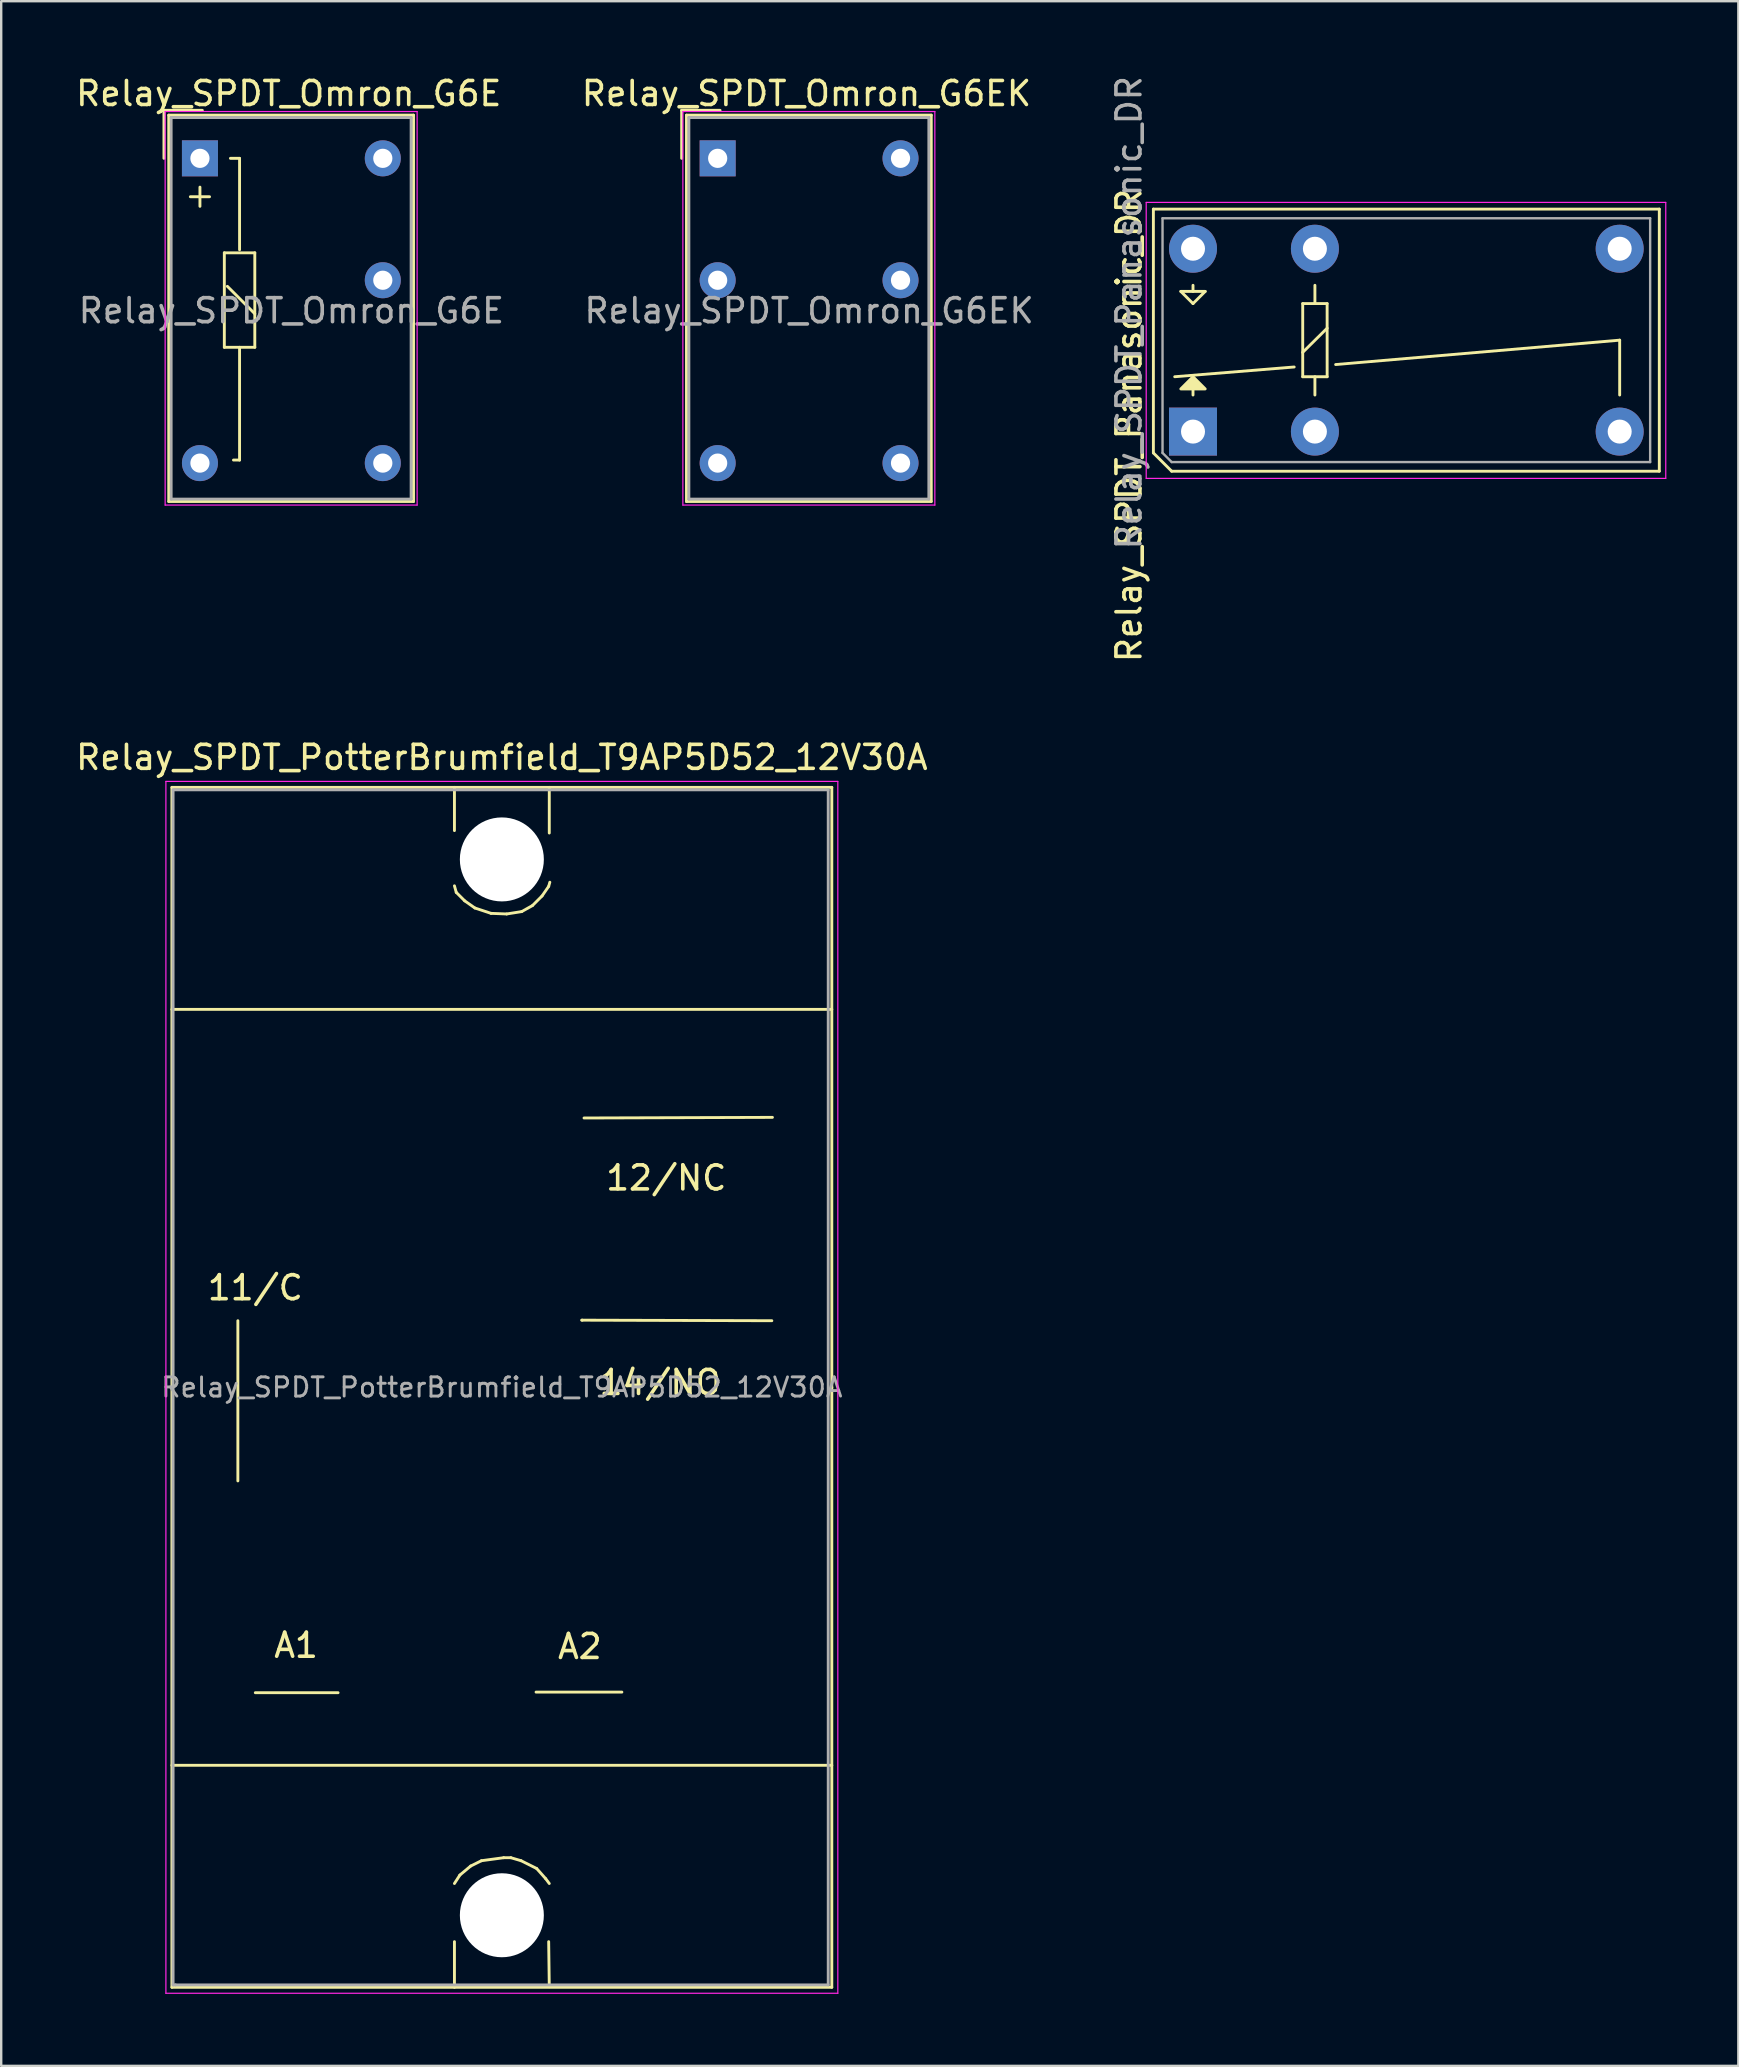
<source format=kicad_pcb>
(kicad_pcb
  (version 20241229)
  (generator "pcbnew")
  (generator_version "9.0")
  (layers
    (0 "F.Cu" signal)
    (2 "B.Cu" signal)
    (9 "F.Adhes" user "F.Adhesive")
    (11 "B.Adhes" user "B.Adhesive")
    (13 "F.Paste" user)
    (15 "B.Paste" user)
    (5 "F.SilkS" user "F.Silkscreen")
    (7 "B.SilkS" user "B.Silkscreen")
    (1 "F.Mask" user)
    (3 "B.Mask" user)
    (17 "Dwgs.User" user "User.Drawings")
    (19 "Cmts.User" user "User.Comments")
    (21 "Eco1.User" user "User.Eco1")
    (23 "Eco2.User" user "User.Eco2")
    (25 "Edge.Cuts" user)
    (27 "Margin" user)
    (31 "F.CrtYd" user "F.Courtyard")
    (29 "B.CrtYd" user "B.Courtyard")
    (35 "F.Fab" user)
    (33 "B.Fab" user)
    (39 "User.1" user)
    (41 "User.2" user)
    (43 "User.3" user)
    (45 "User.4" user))
  (footprint "Relay_SPDT_Omron_G6EK"
    (layer "F.Cu")
    (at 26.856 3.548)
    (property "Reference" "Relay_SPDT_Omron_G6EK" (at 3.7 -2.7 180) (layer "F.SilkS") (effects (font (size 1 1) (thickness 0.15))))
    (attr through_hole)
    (fp_line (start -1.5 -2) (end 0.1 -2) (stroke (width 0.12) (type solid)) (layer "F.SilkS"))
    (fp_line (start -1.5 0) (end -1.5 -2) (stroke (width 0.12) (type solid)) (layer "F.SilkS"))
    (fp_line (start -1.3 -1.8) (end 8.9 -1.8) (stroke (width 0.12) (type solid)) (layer "F.SilkS"))
    (fp_line (start -1.3 14.3) (end -1.3 -1.8) (stroke (width 0.12) (type solid)) (layer "F.SilkS"))
    (fp_line (start 8.9 -1.8) (end 8.9 14.3) (stroke (width 0.12) (type solid)) (layer "F.SilkS"))
    (fp_line (start 8.9 14.3) (end -1.3 14.3) (stroke (width 0.12) (type solid)) (layer "F.SilkS"))
    (fp_line (start -1.45 14.45) (end -1.45 -1.95) (stroke (width 0.05) (type solid)) (layer "F.CrtYd"))
    (fp_line (start -1.45 14.45) (end 9.05 14.45) (stroke (width 0.05) (type solid)) (layer "F.CrtYd"))
    (fp_line (start 9.05 -1.95) (end -1.45 -1.95) (stroke (width 0.05) (type solid)) (layer "F.CrtYd"))
    (fp_line (start 9.05 -1.95) (end 9.05 14.45) (stroke (width 0.05) (type solid)) (layer "F.CrtYd"))
    (fp_line (start -1.2 -1.7) (end -1.2 14.2) (stroke (width 0.12) (type solid)) (layer "F.Fab"))
    (fp_line (start -1.2 14.2) (end 8.8 14.2) (stroke (width 0.12) (type solid)) (layer "F.Fab"))
    (fp_line (start 8.8 -1.7) (end -1.2 -1.7) (stroke (width 0.12) (type solid)) (layer "F.Fab"))
    (fp_line (start 8.8 14.2) (end 8.8 -1.7) (stroke (width 0.12) (type solid)) (layer "F.Fab"))
    (fp_text user "${REFERENCE}" (at 3.81 6.35 0) (layer "F.Fab") (effects (font (size 1 1) (thickness 0.15))))
    (pad "1" thru_hole rect (at 0 0 270) (size 1.501 1.501) (drill 0.8) (layers "*.Cu" "*.Mask"))
    (pad "3" thru_hole circle (at 0 5.08 270) (size 1.501 1.501) (drill 0.8) (layers "*.Cu" "*.Mask"))
    (pad "6" thru_hole circle (at 0 12.7 270) (size 1.501 1.501) (drill 0.8) (layers "*.Cu" "*.Mask"))
    (pad "7" thru_hole circle (at 7.62 12.7 270) (size 1.501 1.501) (drill 0.8) (layers "*.Cu" "*.Mask"))
    (pad "10" thru_hole circle (at 7.62 5.08 270) (size 1.501 1.501) (drill 0.8) (layers "*.Cu" "*.Mask"))
    (pad "12" thru_hole circle (at 7.62 0 270) (size 1.501 1.501) (drill 0.8) (layers "*.Cu" "*.Mask")))
  (footprint "Relay_SPDT_Panasonic_DR"
    (layer "F.Cu")
    (at 46.664 14.935)
    (property "Reference" "Relay_SPDT_Panasonic_DR" (at -2.667 -0.254 90) (unlocked yes) (layer "F.SilkS") (effects (font (size 1 1) (thickness 0.15))))
    (attr through_hole)
    (fp_line (start -1.651 -9.271) (end 19.431 -9.271) (stroke (width 0.12) (type solid)) (layer "F.SilkS"))
    (fp_line (start -1.651 0.889) (end -1.651 -9.271) (stroke (width 0.12) (type solid)) (layer "F.SilkS"))
    (fp_line (start -0.889 1.651) (end -1.651 0.889) (stroke (width 0.12) (type solid)) (layer "F.SilkS"))
    (fp_line (start -0.889 1.651) (end 19.431 1.651) (stroke (width 0.12) (type solid)) (layer "F.SilkS"))
    (fp_line (start -0.762 -2.286) (end 4.216 -2.692) (stroke (width 0.12) (type solid)) (layer "F.SilkS"))
    (fp_line (start -0.508 -5.842) (end 0.508 -5.842) (stroke (width 0.12) (type solid)) (layer "F.SilkS"))
    (fp_line (start 0 -5.842) (end 0 -6.096) (stroke (width 0.12) (type solid)) (layer "F.SilkS"))
    (fp_line (start 0 -5.334) (end -0.508 -5.842) (stroke (width 0.12) (type solid)) (layer "F.SilkS"))
    (fp_line (start 0 -1.524) (end 0 -1.778) (stroke (width 0.12) (type solid)) (layer "F.SilkS"))
    (fp_line (start 0.508 -5.842) (end 0 -5.334) (stroke (width 0.12) (type solid)) (layer "F.SilkS"))
    (fp_line (start 4.57 -3.3) (end 5.59 -4.31) (stroke (width 0.12) (type solid)) (layer "F.SilkS"))
    (fp_line (start 4.572 -5.334) (end 5.589 -5.334) (stroke (width 0.12) (type solid)) (layer "F.SilkS"))
    (fp_line (start 4.572 -2.286) (end 4.572 -5.334) (stroke (width 0.12) (type solid)) (layer "F.SilkS"))
    (fp_line (start 5.08 -5.334) (end 5.08 -6.096) (stroke (width 0.12) (type solid)) (layer "F.SilkS"))
    (fp_line (start 5.08 -2.286) (end 5.08 -1.524) (stroke (width 0.12) (type solid)) (layer "F.SilkS"))
    (fp_line (start 5.589 -5.334) (end 5.59 -2.286) (stroke (width 0.12) (type solid)) (layer "F.SilkS"))
    (fp_line (start 5.59 -2.286) (end 4.572 -2.286) (stroke (width 0.12) (type solid)) (layer "F.SilkS"))
    (fp_line (start 5.944 -2.794) (end 17.78 -3.81) (stroke (width 0.12) (type solid)) (layer "F.SilkS"))
    (fp_line (start 17.78 -1.524) (end 17.78 -3.81) (stroke (width 0.12) (type solid)) (layer "F.SilkS"))
    (fp_line (start 19.431 1.651) (end 19.431 -9.271) (stroke (width 0.12) (type solid)) (layer "F.SilkS"))
    (fp_poly (pts (xy 0.508 -1.778) (xy -0.508 -1.778) (xy 0 -2.286)) (stroke (width 0.12) (type solid)) (fill yes) (layer "F.SilkS"))
    (fp_line (start -1.95 -9.55) (end 19.7 -9.55) (stroke (width 0.05) (type solid)) (layer "F.CrtYd"))
    (fp_line (start -1.95 1.95) (end -1.95 -9.55) (stroke (width 0.05) (type solid)) (layer "F.CrtYd"))
    (fp_line (start 19.7 -9.55) (end 19.7 1.95) (stroke (width 0.05) (type solid)) (layer "F.CrtYd"))
    (fp_line (start 19.7 1.95) (end -1.95 1.95) (stroke (width 0.05) (type solid)) (layer "F.CrtYd"))
    (fp_line (start -1.27 -8.89) (end 19.05 -8.89) (stroke (width 0.1) (type solid)) (layer "F.Fab"))
    (fp_line (start -1.27 0.889) (end -1.27 -8.89) (stroke (width 0.1) (type solid)) (layer "F.Fab"))
    (fp_line (start -0.889 1.27) (end -1.27 0.889) (stroke (width 0.1) (type solid)) (layer "F.Fab"))
    (fp_line (start 19.05 -8.89) (end 19.05 1.27) (stroke (width 0.1) (type solid)) (layer "F.Fab"))
    (fp_line (start 19.05 1.27) (end -0.889 1.27) (stroke (width 0.1) (type solid)) (layer "F.Fab"))
    (fp_text user "${REFERENCE}" (at -2.667 -4.953 90) (unlocked yes) (layer "F.Fab") (effects (font (size 1 1) (thickness 0.15))))
    (pad "1" thru_hole rect (at 0 0 180) (size 2 2) (drill 1) (layers "*.Cu" "*.Mask"))
    (pad "3" thru_hole circle (at 5.08 0 180) (size 2 2) (drill 1) (layers "*.Cu" "*.Mask"))
    (pad "8" thru_hole circle (at 17.78 0 180) (size 2 2) (drill 1) (layers "*.Cu" "*.Mask"))
    (pad "9" thru_hole circle (at 17.78 -7.62 180) (size 2 2) (drill 1) (layers "*.Cu" "*.Mask"))
    (pad "14" thru_hole circle (at 5.08 -7.62 180) (size 2 2) (drill 1) (layers "*.Cu" "*.Mask"))
    (pad "16" thru_hole circle (at 0 -7.62 180) (size 2 2) (drill 1) (layers "*.Cu" "*.Mask")))
  (footprint "Relay_SPDT_Omron_G6E"
    (layer "F.Cu")
    (at 5.282 3.548)
    (property "Reference" "Relay_SPDT_Omron_G6E" (at 3.7 -2.7 180) (layer "F.SilkS") (effects (font (size 1 1) (thickness 0.15))))
    (attr through_hole)
    (fp_line (start -1.5 -2) (end 0.1 -2) (stroke (width 0.12) (type solid)) (layer "F.SilkS"))
    (fp_line (start -1.5 0) (end -1.5 -2) (stroke (width 0.12) (type solid)) (layer "F.SilkS"))
    (fp_line (start -1.3 -1.8) (end 8.9 -1.8) (stroke (width 0.12) (type solid)) (layer "F.SilkS"))
    (fp_line (start -1.3 14.3) (end -1.3 -1.8) (stroke (width 0.12) (type solid)) (layer "F.SilkS"))
    (fp_line (start 0 1.2) (end 0 2) (stroke (width 0.12) (type solid)) (layer "F.SilkS"))
    (fp_line (start 0.4 1.6) (end -0.4 1.6) (stroke (width 0.12) (type solid)) (layer "F.SilkS"))
    (fp_line (start 1.016 3.937) (end 2.286 3.937) (stroke (width 0.12) (type solid)) (layer "F.SilkS"))
    (fp_line (start 1.016 7.874) (end 1.016 3.937) (stroke (width 0.12) (type solid)) (layer "F.SilkS"))
    (fp_line (start 1.143 5.334) (end 2.286 6.477) (stroke (width 0.12) (type solid)) (layer "F.SilkS"))
    (fp_line (start 1.651 0) (end 1.27 0) (stroke (width 0.12) (type solid)) (layer "F.SilkS"))
    (fp_line (start 1.651 3.81) (end 1.651 0) (stroke (width 0.12) (type solid)) (layer "F.SilkS"))
    (fp_line (start 1.651 7.874) (end 1.651 12.573) (stroke (width 0.12) (type solid)) (layer "F.SilkS"))
    (fp_line (start 1.651 12.573) (end 1.397 12.573) (stroke (width 0.12) (type solid)) (layer "F.SilkS"))
    (fp_line (start 2.286 3.937) (end 2.286 7.874) (stroke (width 0.12) (type solid)) (layer "F.SilkS"))
    (fp_line (start 2.286 7.874) (end 1.016 7.874) (stroke (width 0.12) (type solid)) (layer "F.SilkS"))
    (fp_line (start 8.9 -1.8) (end 8.9 14.3) (stroke (width 0.12) (type solid)) (layer "F.SilkS"))
    (fp_line (start 8.9 14.3) (end -1.3 14.3) (stroke (width 0.12) (type solid)) (layer "F.SilkS"))
    (fp_line (start -1.45 14.45) (end -1.45 -1.95) (stroke (width 0.05) (type solid)) (layer "F.CrtYd"))
    (fp_line (start -1.45 14.45) (end 9.05 14.45) (stroke (width 0.05) (type solid)) (layer "F.CrtYd"))
    (fp_line (start 9.05 -1.95) (end -1.45 -1.95) (stroke (width 0.05) (type solid)) (layer "F.CrtYd"))
    (fp_line (start 9.05 -1.95) (end 9.05 14.45) (stroke (width 0.05) (type solid)) (layer "F.CrtYd"))
    (fp_line (start -1.2 -1.7) (end -1.2 14.2) (stroke (width 0.12) (type solid)) (layer "F.Fab"))
    (fp_line (start -1.2 14.2) (end 8.8 14.2) (stroke (width 0.12) (type solid)) (layer "F.Fab"))
    (fp_line (start 8.8 -1.7) (end -1.2 -1.7) (stroke (width 0.12) (type solid)) (layer "F.Fab"))
    (fp_line (start 8.8 14.2) (end 8.8 -1.7) (stroke (width 0.12) (type solid)) (layer "F.Fab"))
    (fp_text user "${REFERENCE}" (at 3.81 6.35 0) (layer "F.Fab") (effects (font (size 1 1) (thickness 0.15))))
    (pad "1" thru_hole rect (at 0 0 270) (size 1.501 1.501) (drill 0.8) (layers "*.Cu" "*.Mask"))
    (pad "6" thru_hole circle (at 0 12.7 270) (size 1.501 1.501) (drill 0.8) (layers "*.Cu" "*.Mask"))
    (pad "7" thru_hole circle (at 7.62 12.7 270) (size 1.501 1.501) (drill 0.8) (layers "*.Cu" "*.Mask"))
    (pad "10" thru_hole circle (at 7.62 5.08 270) (size 1.501 1.501) (drill 0.8) (layers "*.Cu" "*.Mask"))
    (pad "12" thru_hole circle (at 7.62 0 270) (size 1.501 1.501) (drill 0.8) (layers "*.Cu" "*.Mask")))
  (footprint "Relay_SPDT_PotterBrumfield_T9AP5D52_12V30A"
    (layer "F.Cu")
    (at 17.863 32.763)
    (property "Reference" "Relay_SPDT_PotterBrumfield_T9AP5D52_12V30A" (at 0 -4.251 0) (layer "F.SilkS") (effects (font (size 1 1) (thickness 0.15))))
    (attr through_hole)
    (fp_line (start -13.749 -3.002) (end -13.749 47) (stroke (width 0.12) (type solid)) (layer "F.SilkS"))
    (fp_line (start -13.749 6.248) (end 13.749 6.248) (stroke (width 0.12) (type solid)) (layer "F.SilkS"))
    (fp_line (start -13.749 47) (end 13.749 47) (stroke (width 0.12) (type solid)) (layer "F.SilkS"))
    (fp_line (start -11.001 19.223) (end -11.001 25.898) (stroke (width 0.12) (type solid)) (layer "F.SilkS"))
    (fp_line (start -6.825 34.724) (end -10.274 34.724) (stroke (width 0.12) (type solid)) (layer "F.SilkS"))
    (fp_line (start -1.976 -1.201) (end -1.976 -3.002) (stroke (width 0.12) (type solid)) (layer "F.SilkS"))
    (fp_line (start -1.976 1.1) (end -1.9 1.374) (stroke (width 0.12) (type solid)) (layer "F.SilkS"))
    (fp_line (start -1.976 45.098) (end -1.976 47) (stroke (width 0.12) (type solid)) (layer "F.SilkS"))
    (fp_line (start -1.9 1.374) (end -1.549 1.725) (stroke (width 0.12) (type solid)) (layer "F.SilkS"))
    (fp_line (start -1.75 42.324) (end -1.976 42.675) (stroke (width 0.12) (type solid)) (layer "F.SilkS"))
    (fp_line (start -1.549 1.725) (end -1.125 2.024) (stroke (width 0.12) (type solid)) (layer "F.SilkS"))
    (fp_line (start -1.3 41.948) (end -1.75 42.324) (stroke (width 0.12) (type solid)) (layer "F.SilkS"))
    (fp_line (start -1.125 2.024) (end -0.45 2.248) (stroke (width 0.12) (type solid)) (layer "F.SilkS"))
    (fp_line (start -0.851 41.725) (end -1.3 41.948) (stroke (width 0.12) (type solid)) (layer "F.SilkS"))
    (fp_line (start -0.45 2.248) (end 0.201 2.273) (stroke (width 0.12) (type solid)) (layer "F.SilkS"))
    (fp_line (start 0.076 41.6) (end -0.851 41.725) (stroke (width 0.12) (type solid)) (layer "F.SilkS"))
    (fp_line (start 0.201 2.273) (end 0.826 2.174) (stroke (width 0.12) (type solid)) (layer "F.SilkS"))
    (fp_line (start 0.376 41.6) (end 0.076 41.6) (stroke (width 0.12) (type solid)) (layer "F.SilkS"))
    (fp_line (start 0.8 41.725) (end 0.376 41.6) (stroke (width 0.12) (type solid)) (layer "F.SilkS"))
    (fp_line (start 0.826 2.174) (end 1.275 1.923) (stroke (width 0.12) (type solid)) (layer "F.SilkS"))
    (fp_line (start 1.275 1.923) (end 1.674 1.524) (stroke (width 0.12) (type solid)) (layer "F.SilkS"))
    (fp_line (start 1.425 34.699) (end 5.001 34.699) (stroke (width 0.12) (type solid)) (layer "F.SilkS"))
    (fp_line (start 1.45 42.05) (end 0.8 41.725) (stroke (width 0.12) (type solid)) (layer "F.SilkS"))
    (fp_line (start 1.674 1.524) (end 1.951 1.123) (stroke (width 0.12) (type solid)) (layer "F.SilkS"))
    (fp_line (start 1.826 42.474) (end 1.45 42.05) (stroke (width 0.12) (type solid)) (layer "F.SilkS"))
    (fp_line (start 1.951 1.123) (end 1.999 0.95) (stroke (width 0.12) (type solid)) (layer "F.SilkS"))
    (fp_line (start 1.951 45.098) (end 1.976 46.975) (stroke (width 0.12) (type solid)) (layer "F.SilkS"))
    (fp_line (start 1.976 -1.1) (end 1.976 -3.002) (stroke (width 0.12) (type solid)) (layer "F.SilkS"))
    (fp_line (start 1.976 42.675) (end 1.826 42.474) (stroke (width 0.12) (type solid)) (layer "F.SilkS"))
    (fp_line (start 3.35 19.2) (end 3.325 19.2) (stroke (width 0.12) (type solid)) (layer "F.SilkS"))
    (fp_line (start 11.25 19.223) (end 3.35 19.2) (stroke (width 0.12) (type solid)) (layer "F.SilkS"))
    (fp_line (start 11.275 10.749) (end 3.424 10.775) (stroke (width 0.12) (type solid)) (layer "F.SilkS"))
    (fp_line (start 13.749 -3.002) (end -13.749 -3.002) (stroke (width 0.12) (type solid)) (layer "F.SilkS"))
    (fp_line (start 13.749 21.999) (end 13.749 -3.002) (stroke (width 0.12) (type solid)) (layer "F.SilkS"))
    (fp_line (start 13.749 37.749) (end -13.749 37.749) (stroke (width 0.12) (type solid)) (layer "F.SilkS"))
    (fp_line (start 13.749 47) (end 13.749 21.999) (stroke (width 0.12) (type solid)) (layer "F.SilkS"))
    (fp_line (start -14 -3.25) (end -14 47.25) (stroke (width 0.05) (type solid)) (layer "F.CrtYd"))
    (fp_line (start -14 47.25) (end 14 47.25) (stroke (width 0.05) (type solid)) (layer "F.CrtYd"))
    (fp_line (start 14 -3.25) (end -14 -3.25) (stroke (width 0.05) (type solid)) (layer "F.CrtYd"))
    (fp_line (start 14 47.25) (end 14 -3.25) (stroke (width 0.05) (type solid)) (layer "F.CrtYd"))
    (fp_line (start -13.7 -2.9) (end 13.6 -2.9) (stroke (width 0.12) (type solid)) (layer "F.Fab"))
    (fp_line (start -13.7 46.9) (end -13.7 -2.9) (stroke (width 0.12) (type solid)) (layer "F.Fab"))
    (fp_line (start -13.6 46.9) (end -13.7 46.9) (stroke (width 0.12) (type solid)) (layer "F.Fab"))
    (fp_line (start 13.6 -2.9) (end 13.6 46.9) (stroke (width 0.12) (type solid)) (layer "F.Fab"))
    (fp_line (start 13.6 46.9) (end -13.6 46.9) (stroke (width 0.12) (type solid)) (layer "F.Fab"))
    (fp_text user "14/NO" (at 6.599 21.798 0) (layer "F.SilkS") (effects (font (size 1 1) (thickness 0.15))))
    (fp_text user "11/C" (at -10.274 17.849 0) (layer "F.SilkS") (effects (font (size 1 1) (thickness 0.15))))
    (fp_text user "12/NC" (at 6.85 13.274 0) (layer "F.SilkS") (effects (font (size 1 1) (thickness 0.15))))
    (fp_text user "A1" (at -8.575 32.748 0) (layer "F.SilkS") (effects (font (size 1 1) (thickness 0.15))))
    (fp_text user "A2" (at 3.251 32.799 0) (layer "F.SilkS") (effects (font (size 1 1) (thickness 0.15))))
    (fp_text user "${REFERENCE}" (at 0 21.999 0) (layer "F.Fab") (effects (font (size 0.8 0.8) (thickness 0.12))))
    (pad "" np_thru_hole circle (at 0 0) (size 3.5 3.5) (drill 3.5) (layers "*.Cu" "*.Mask"))
    (pad "" np_thru_hole circle (at 0 43.998) (size 3.5 3.5) (drill 3.5) (layers "*.Cu" "*.Mask")))
  (gr_rect
    (start -3 -3)
    (end 69.389 83.038)
    (stroke (width 0.1) (type default))
    (fill no)
    (layer "Edge.Cuts")))
</source>
